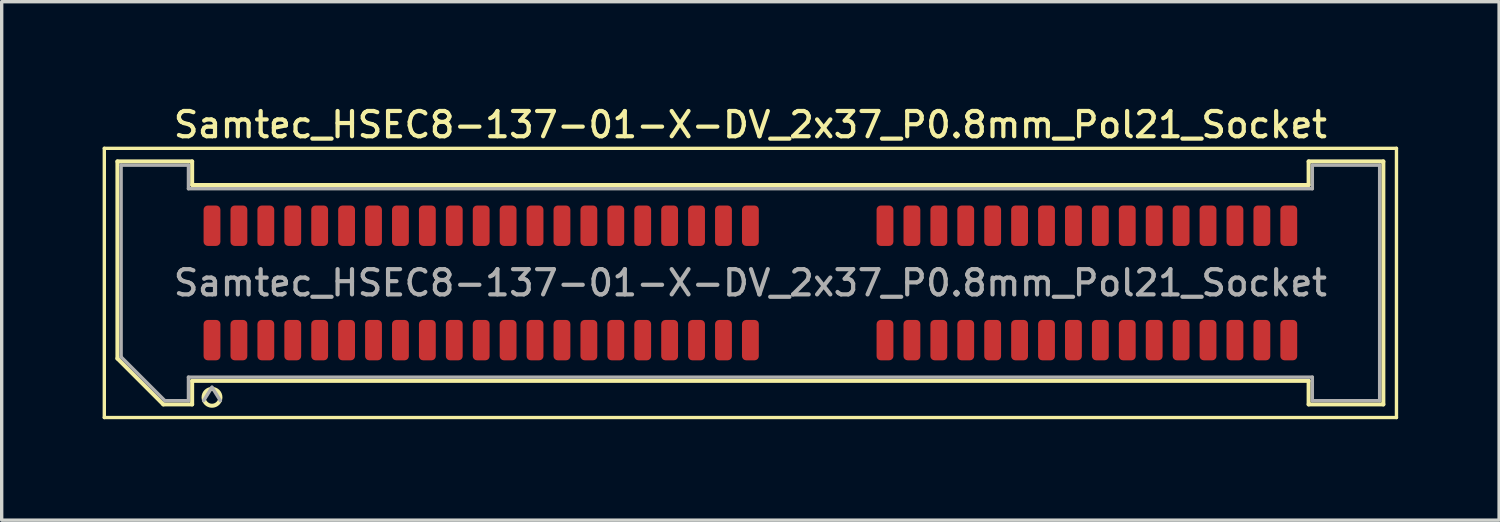
<source format=kicad_pcb>
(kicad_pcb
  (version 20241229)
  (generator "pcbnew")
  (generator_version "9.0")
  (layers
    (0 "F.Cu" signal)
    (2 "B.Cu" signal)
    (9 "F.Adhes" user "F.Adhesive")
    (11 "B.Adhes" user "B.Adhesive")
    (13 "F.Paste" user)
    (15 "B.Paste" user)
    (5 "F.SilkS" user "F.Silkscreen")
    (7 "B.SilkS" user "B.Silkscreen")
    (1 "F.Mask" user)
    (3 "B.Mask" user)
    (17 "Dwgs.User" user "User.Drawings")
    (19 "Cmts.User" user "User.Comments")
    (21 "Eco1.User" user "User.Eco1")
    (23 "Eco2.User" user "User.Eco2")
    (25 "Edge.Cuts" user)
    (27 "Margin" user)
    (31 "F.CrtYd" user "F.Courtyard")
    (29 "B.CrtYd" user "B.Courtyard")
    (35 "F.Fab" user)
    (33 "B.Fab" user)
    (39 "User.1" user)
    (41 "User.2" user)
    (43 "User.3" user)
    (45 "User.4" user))
  (footprint "Samtec_HSEC8-137-01-X-DV_2x37_P0.8mm_Pol21_Socket"
    (layer "F.Cu")
    (at 19.25 5.358)
    (property "Reference" "Samtec_HSEC8-137-01-X-DV_2x37_P0.8mm_Pol21_Socket" (at 0 -4.7 0) (layer "F.SilkS") (effects (font (size 0.75 0.75) (thickness 0.125))))
    (attr smd)
    (fp_line (start -19.2 -4) (end -19.2 4) (stroke (width 0.1) (type solid)) (layer "F.SilkS"))
    (fp_line (start -19.2 4) (end 19.2 4) (stroke (width 0.1) (type solid)) (layer "F.SilkS"))
    (fp_line (start -18.81 -3.61) (end -16.59 -3.61) (stroke (width 0.12) (type solid)) (layer "F.SilkS"))
    (fp_line (start -18.81 2.246) (end -18.81 -3.61) (stroke (width 0.12) (type solid)) (layer "F.SilkS"))
    (fp_line (start -17.446 3.61) (end -18.81 2.246) (stroke (width 0.12) (type solid)) (layer "F.SilkS"))
    (fp_line (start -16.59 -3.61) (end -16.59 -2.91) (stroke (width 0.12) (type solid)) (layer "F.SilkS"))
    (fp_line (start -16.59 -2.91) (end 16.59 -2.91) (stroke (width 0.12) (type solid)) (layer "F.SilkS"))
    (fp_line (start -16.59 2.91) (end -16.59 3.61) (stroke (width 0.12) (type solid)) (layer "F.SilkS"))
    (fp_line (start -16.59 3.61) (end -17.446 3.61) (stroke (width 0.12) (type solid)) (layer "F.SilkS"))
    (fp_line (start 16.59 -3.61) (end 18.81 -3.61) (stroke (width 0.12) (type solid)) (layer "F.SilkS"))
    (fp_line (start 16.59 -2.91) (end 16.59 -3.61) (stroke (width 0.12) (type solid)) (layer "F.SilkS"))
    (fp_line (start 16.59 2.91) (end -16.59 2.91) (stroke (width 0.12) (type solid)) (layer "F.SilkS"))
    (fp_line (start 16.59 3.61) (end 16.59 2.91) (stroke (width 0.12) (type solid)) (layer "F.SilkS"))
    (fp_line (start 18.81 -3.61) (end 18.81 3.61) (stroke (width 0.12) (type solid)) (layer "F.SilkS"))
    (fp_line (start 18.81 3.61) (end 16.59 3.61) (stroke (width 0.12) (type solid)) (layer "F.SilkS"))
    (fp_line (start 19.2 -4) (end -19.2 -4) (stroke (width 0.1) (type solid)) (layer "F.SilkS"))
    (fp_line (start 19.2 4) (end 19.2 -4) (stroke (width 0.1) (type solid)) (layer "F.SilkS"))
    (fp_arc (start -15.75 3.4) (mid -16.25 3.4) (end -15.75 3.4) (stroke (width 0.12) (type solid)) (layer "F.SilkS"))
    (fp_line (start -18.7 -3.5) (end -16.7 -3.5) (stroke (width 0.1) (type solid)) (layer "F.Fab"))
    (fp_line (start -18.7 2.2) (end -18.7 -3.5) (stroke (width 0.1) (type solid)) (layer "F.Fab"))
    (fp_line (start -17.4 3.5) (end -18.7 2.2) (stroke (width 0.1) (type solid)) (layer "F.Fab"))
    (fp_line (start -16.7 -3.5) (end -16.7 -2.8) (stroke (width 0.1) (type solid)) (layer "F.Fab"))
    (fp_line (start -16.7 -2.8) (end 16.7 -2.8) (stroke (width 0.1) (type solid)) (layer "F.Fab"))
    (fp_line (start -16.7 2.8) (end -16.7 3.5) (stroke (width 0.1) (type solid)) (layer "F.Fab"))
    (fp_line (start -16.7 3.5) (end -17.4 3.5) (stroke (width 0.1) (type solid)) (layer "F.Fab"))
    (fp_line (start -16 3.1) (end -16.25 3.5) (stroke (width 0.1) (type solid)) (layer "F.Fab"))
    (fp_line (start -16 3.1) (end -15.75 3.5) (stroke (width 0.1) (type solid)) (layer "F.Fab"))
    (fp_line (start 16.7 -3.5) (end 18.7 -3.5) (stroke (width 0.1) (type solid)) (layer "F.Fab"))
    (fp_line (start 16.7 -2.8) (end 16.7 -3.5) (stroke (width 0.1) (type solid)) (layer "F.Fab"))
    (fp_line (start 16.7 2.8) (end -16.7 2.8) (stroke (width 0.1) (type solid)) (layer "F.Fab"))
    (fp_line (start 16.7 3.5) (end 16.7 2.8) (stroke (width 0.1) (type solid)) (layer "F.Fab"))
    (fp_line (start 18.7 -3.5) (end 18.7 3.5) (stroke (width 0.1) (type solid)) (layer "F.Fab"))
    (fp_line (start 18.7 3.5) (end 16.7 3.5) (stroke (width 0.1) (type solid)) (layer "F.Fab"))
    (fp_text user "${REFERENCE}" (at 0 0 0) (layer "F.Fab") (effects (font (size 0.75 0.75) (thickness 0.125))))
    (pad "1" smd roundrect (at -16 1.7) (size 0.5 1.2) (layers "F.Cu" "F.Mask" "F.Paste") (roundrect_rratio 0.25))
    (pad "2" smd roundrect (at -16 -1.7) (size 0.5 1.2) (layers "F.Cu" "F.Mask" "F.Paste") (roundrect_rratio 0.25))
    (pad "3" smd roundrect (at -15.2 1.7) (size 0.5 1.2) (layers "F.Cu" "F.Mask" "F.Paste") (roundrect_rratio 0.25))
    (pad "4" smd roundrect (at -15.2 -1.7) (size 0.5 1.2) (layers "F.Cu" "F.Mask" "F.Paste") (roundrect_rratio 0.25))
    (pad "5" smd roundrect (at -14.4 1.7) (size 0.5 1.2) (layers "F.Cu" "F.Mask" "F.Paste") (roundrect_rratio 0.25))
    (pad "6" smd roundrect (at -14.4 -1.7) (size 0.5 1.2) (layers "F.Cu" "F.Mask" "F.Paste") (roundrect_rratio 0.25))
    (pad "7" smd roundrect (at -13.6 1.7) (size 0.5 1.2) (layers "F.Cu" "F.Mask" "F.Paste") (roundrect_rratio 0.25))
    (pad "8" smd roundrect (at -13.6 -1.7) (size 0.5 1.2) (layers "F.Cu" "F.Mask" "F.Paste") (roundrect_rratio 0.25))
    (pad "9" smd roundrect (at -12.8 1.7) (size 0.5 1.2) (layers "F.Cu" "F.Mask" "F.Paste") (roundrect_rratio 0.25))
    (pad "10" smd roundrect (at -12.8 -1.7) (size 0.5 1.2) (layers "F.Cu" "F.Mask" "F.Paste") (roundrect_rratio 0.25))
    (pad "11" smd roundrect (at -12 1.7) (size 0.5 1.2) (layers "F.Cu" "F.Mask" "F.Paste") (roundrect_rratio 0.25))
    (pad "12" smd roundrect (at -12 -1.7) (size 0.5 1.2) (layers "F.Cu" "F.Mask" "F.Paste") (roundrect_rratio 0.25))
    (pad "13" smd roundrect (at -11.2 1.7) (size 0.5 1.2) (layers "F.Cu" "F.Mask" "F.Paste") (roundrect_rratio 0.25))
    (pad "14" smd roundrect (at -11.2 -1.7) (size 0.5 1.2) (layers "F.Cu" "F.Mask" "F.Paste") (roundrect_rratio 0.25))
    (pad "15" smd roundrect (at -10.4 1.7) (size 0.5 1.2) (layers "F.Cu" "F.Mask" "F.Paste") (roundrect_rratio 0.25))
    (pad "16" smd roundrect (at -10.4 -1.7) (size 0.5 1.2) (layers "F.Cu" "F.Mask" "F.Paste") (roundrect_rratio 0.25))
    (pad "17" smd roundrect (at -9.6 1.7) (size 0.5 1.2) (layers "F.Cu" "F.Mask" "F.Paste") (roundrect_rratio 0.25))
    (pad "18" smd roundrect (at -9.6 -1.7) (size 0.5 1.2) (layers "F.Cu" "F.Mask" "F.Paste") (roundrect_rratio 0.25))
    (pad "19" smd roundrect (at -8.8 1.7) (size 0.5 1.2) (layers "F.Cu" "F.Mask" "F.Paste") (roundrect_rratio 0.25))
    (pad "20" smd roundrect (at -8.8 -1.7) (size 0.5 1.2) (layers "F.Cu" "F.Mask" "F.Paste") (roundrect_rratio 0.25))
    (pad "21" smd roundrect (at -8 1.7) (size 0.5 1.2) (layers "F.Cu" "F.Mask" "F.Paste") (roundrect_rratio 0.25))
    (pad "22" smd roundrect (at -8 -1.7) (size 0.5 1.2) (layers "F.Cu" "F.Mask" "F.Paste") (roundrect_rratio 0.25))
    (pad "23" smd roundrect (at -7.2 1.7) (size 0.5 1.2) (layers "F.Cu" "F.Mask" "F.Paste") (roundrect_rratio 0.25))
    (pad "24" smd roundrect (at -7.2 -1.7) (size 0.5 1.2) (layers "F.Cu" "F.Mask" "F.Paste") (roundrect_rratio 0.25))
    (pad "25" smd roundrect (at -6.4 1.7) (size 0.5 1.2) (layers "F.Cu" "F.Mask" "F.Paste") (roundrect_rratio 0.25))
    (pad "26" smd roundrect (at -6.4 -1.7) (size 0.5 1.2) (layers "F.Cu" "F.Mask" "F.Paste") (roundrect_rratio 0.25))
    (pad "27" smd roundrect (at -5.6 1.7) (size 0.5 1.2) (layers "F.Cu" "F.Mask" "F.Paste") (roundrect_rratio 0.25))
    (pad "28" smd roundrect (at -5.6 -1.7) (size 0.5 1.2) (layers "F.Cu" "F.Mask" "F.Paste") (roundrect_rratio 0.25))
    (pad "29" smd roundrect (at -4.8 1.7) (size 0.5 1.2) (layers "F.Cu" "F.Mask" "F.Paste") (roundrect_rratio 0.25))
    (pad "30" smd roundrect (at -4.8 -1.7) (size 0.5 1.2) (layers "F.Cu" "F.Mask" "F.Paste") (roundrect_rratio 0.25))
    (pad "31" smd roundrect (at -4 1.7) (size 0.5 1.2) (layers "F.Cu" "F.Mask" "F.Paste") (roundrect_rratio 0.25))
    (pad "32" smd roundrect (at -4 -1.7) (size 0.5 1.2) (layers "F.Cu" "F.Mask" "F.Paste") (roundrect_rratio 0.25))
    (pad "33" smd roundrect (at -3.2 1.7) (size 0.5 1.2) (layers "F.Cu" "F.Mask" "F.Paste") (roundrect_rratio 0.25))
    (pad "34" smd roundrect (at -3.2 -1.7) (size 0.5 1.2) (layers "F.Cu" "F.Mask" "F.Paste") (roundrect_rratio 0.25))
    (pad "35" smd roundrect (at -2.4 1.7) (size 0.5 1.2) (layers "F.Cu" "F.Mask" "F.Paste") (roundrect_rratio 0.25))
    (pad "36" smd roundrect (at -2.4 -1.7) (size 0.5 1.2) (layers "F.Cu" "F.Mask" "F.Paste") (roundrect_rratio 0.25))
    (pad "37" smd roundrect (at -1.6 1.7) (size 0.5 1.2) (layers "F.Cu" "F.Mask" "F.Paste") (roundrect_rratio 0.25))
    (pad "38" smd roundrect (at -1.6 -1.7) (size 0.5 1.2) (layers "F.Cu" "F.Mask" "F.Paste") (roundrect_rratio 0.25))
    (pad "39" smd roundrect (at -0.8 1.7) (size 0.5 1.2) (layers "F.Cu" "F.Mask" "F.Paste") (roundrect_rratio 0.25))
    (pad "40" smd roundrect (at -0.8 -1.7) (size 0.5 1.2) (layers "F.Cu" "F.Mask" "F.Paste") (roundrect_rratio 0.25))
    (pad "41" smd roundrect (at 0 1.7) (size 0.5 1.2) (layers "F.Cu" "F.Mask" "F.Paste") (roundrect_rratio 0.25))
    (pad "42" smd roundrect (at 0 -1.7) (size 0.5 1.2) (layers "F.Cu" "F.Mask" "F.Paste") (roundrect_rratio 0.25))
    (pad "43" smd roundrect (at 4 1.7) (size 0.5 1.2) (layers "F.Cu" "F.Mask" "F.Paste") (roundrect_rratio 0.25))
    (pad "44" smd roundrect (at 4 -1.7) (size 0.5 1.2) (layers "F.Cu" "F.Mask" "F.Paste") (roundrect_rratio 0.25))
    (pad "45" smd roundrect (at 4.8 1.7) (size 0.5 1.2) (layers "F.Cu" "F.Mask" "F.Paste") (roundrect_rratio 0.25))
    (pad "46" smd roundrect (at 4.8 -1.7) (size 0.5 1.2) (layers "F.Cu" "F.Mask" "F.Paste") (roundrect_rratio 0.25))
    (pad "47" smd roundrect (at 5.6 1.7) (size 0.5 1.2) (layers "F.Cu" "F.Mask" "F.Paste") (roundrect_rratio 0.25))
    (pad "48" smd roundrect (at 5.6 -1.7) (size 0.5 1.2) (layers "F.Cu" "F.Mask" "F.Paste") (roundrect_rratio 0.25))
    (pad "49" smd roundrect (at 6.4 1.7) (size 0.5 1.2) (layers "F.Cu" "F.Mask" "F.Paste") (roundrect_rratio 0.25))
    (pad "50" smd roundrect (at 6.4 -1.7) (size 0.5 1.2) (layers "F.Cu" "F.Mask" "F.Paste") (roundrect_rratio 0.25))
    (pad "51" smd roundrect (at 7.2 1.7) (size 0.5 1.2) (layers "F.Cu" "F.Mask" "F.Paste") (roundrect_rratio 0.25))
    (pad "52" smd roundrect (at 7.2 -1.7) (size 0.5 1.2) (layers "F.Cu" "F.Mask" "F.Paste") (roundrect_rratio 0.25))
    (pad "53" smd roundrect (at 8 1.7) (size 0.5 1.2) (layers "F.Cu" "F.Mask" "F.Paste") (roundrect_rratio 0.25))
    (pad "54" smd roundrect (at 8 -1.7) (size 0.5 1.2) (layers "F.Cu" "F.Mask" "F.Paste") (roundrect_rratio 0.25))
    (pad "55" smd roundrect (at 8.8 1.7) (size 0.5 1.2) (layers "F.Cu" "F.Mask" "F.Paste") (roundrect_rratio 0.25))
    (pad "56" smd roundrect (at 8.8 -1.7) (size 0.5 1.2) (layers "F.Cu" "F.Mask" "F.Paste") (roundrect_rratio 0.25))
    (pad "57" smd roundrect (at 9.6 1.7) (size 0.5 1.2) (layers "F.Cu" "F.Mask" "F.Paste") (roundrect_rratio 0.25))
    (pad "58" smd roundrect (at 9.6 -1.7) (size 0.5 1.2) (layers "F.Cu" "F.Mask" "F.Paste") (roundrect_rratio 0.25))
    (pad "59" smd roundrect (at 10.4 1.7) (size 0.5 1.2) (layers "F.Cu" "F.Mask" "F.Paste") (roundrect_rratio 0.25))
    (pad "60" smd roundrect (at 10.4 -1.7) (size 0.5 1.2) (layers "F.Cu" "F.Mask" "F.Paste") (roundrect_rratio 0.25))
    (pad "61" smd roundrect (at 11.2 1.7) (size 0.5 1.2) (layers "F.Cu" "F.Mask" "F.Paste") (roundrect_rratio 0.25))
    (pad "62" smd roundrect (at 11.2 -1.7) (size 0.5 1.2) (layers "F.Cu" "F.Mask" "F.Paste") (roundrect_rratio 0.25))
    (pad "63" smd roundrect (at 12 1.7) (size 0.5 1.2) (layers "F.Cu" "F.Mask" "F.Paste") (roundrect_rratio 0.25))
    (pad "64" smd roundrect (at 12 -1.7) (size 0.5 1.2) (layers "F.Cu" "F.Mask" "F.Paste") (roundrect_rratio 0.25))
    (pad "65" smd roundrect (at 12.8 1.7) (size 0.5 1.2) (layers "F.Cu" "F.Mask" "F.Paste") (roundrect_rratio 0.25))
    (pad "66" smd roundrect (at 12.8 -1.7) (size 0.5 1.2) (layers "F.Cu" "F.Mask" "F.Paste") (roundrect_rratio 0.25))
    (pad "67" smd roundrect (at 13.6 1.7) (size 0.5 1.2) (layers "F.Cu" "F.Mask" "F.Paste") (roundrect_rratio 0.25))
    (pad "68" smd roundrect (at 13.6 -1.7) (size 0.5 1.2) (layers "F.Cu" "F.Mask" "F.Paste") (roundrect_rratio 0.25))
    (pad "69" smd roundrect (at 14.4 1.7) (size 0.5 1.2) (layers "F.Cu" "F.Mask" "F.Paste") (roundrect_rratio 0.25))
    (pad "70" smd roundrect (at 14.4 -1.7) (size 0.5 1.2) (layers "F.Cu" "F.Mask" "F.Paste") (roundrect_rratio 0.25))
    (pad "71" smd roundrect (at 15.2 1.7) (size 0.5 1.2) (layers "F.Cu" "F.Mask" "F.Paste") (roundrect_rratio 0.25))
    (pad "72" smd roundrect (at 15.2 -1.7) (size 0.5 1.2) (layers "F.Cu" "F.Mask" "F.Paste") (roundrect_rratio 0.25))
    (pad "73" smd roundrect (at 16 1.7) (size 0.5 1.2) (layers "F.Cu" "F.Mask" "F.Paste") (roundrect_rratio 0.25))
    (pad "74" smd roundrect (at 16 -1.7) (size 0.5 1.2) (layers "F.Cu" "F.Mask" "F.Paste") (roundrect_rratio 0.25)))
  (gr_rect
    (start -3 -3)
    (end 41.5 12.408)
    (stroke (width 0.1) (type default))
    (fill no)
    (layer "Edge.Cuts")))
</source>
